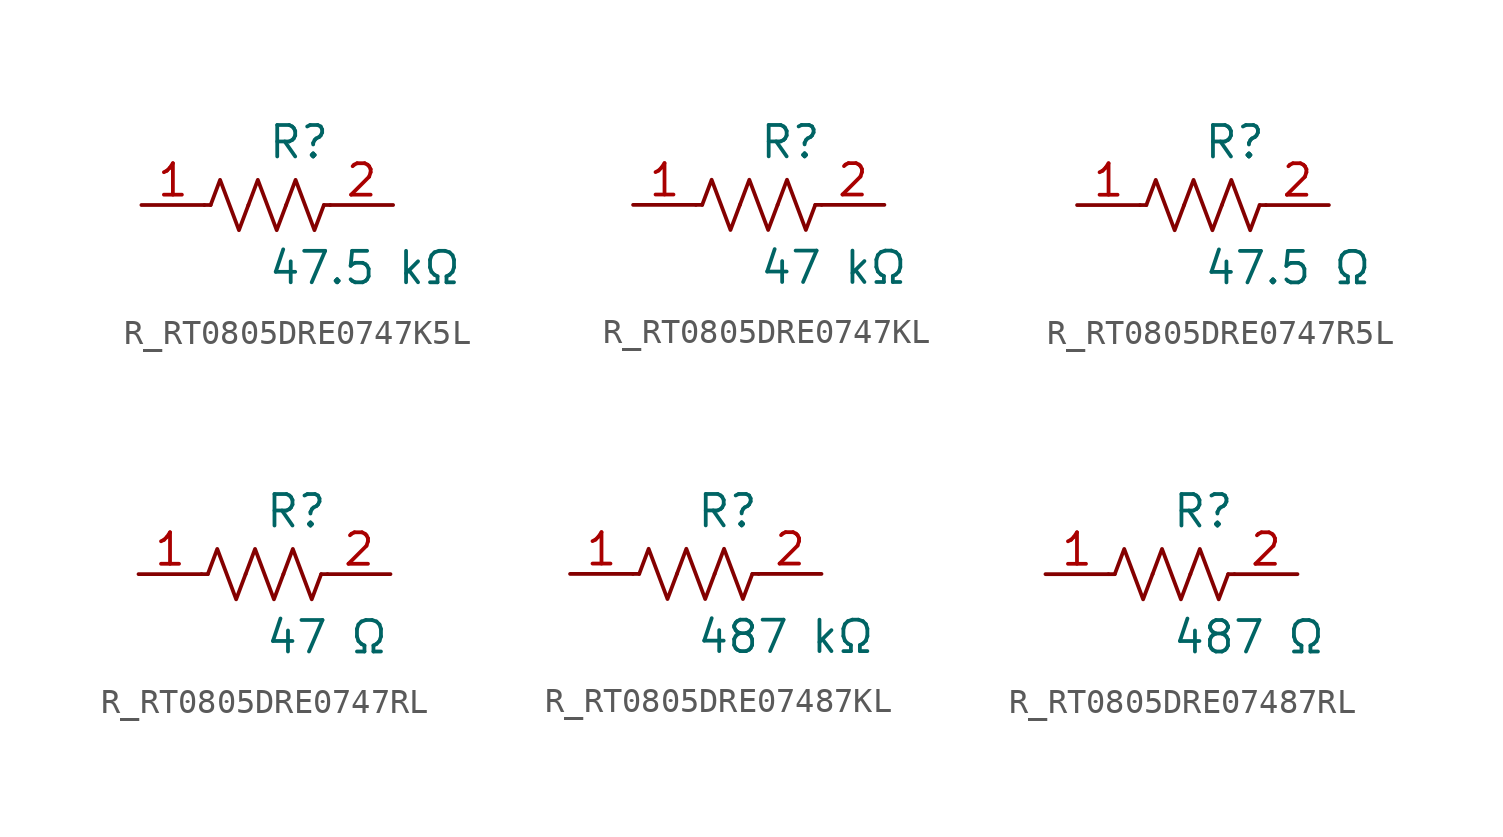
<source format=kicad_sym>
(kicad_symbol_lib
  (version 20231120)
  (generator kicad_symbol_editor)
  (generator_version 8.0)
  (symbol "R_RT0805DRE0747K5L"
    (pin_names
      (offset 0.254))
    (property "Reference" "R"
      (at 0 2.54 0)
      (effects (font (size 1.27 1.27)) (justify left)))
    (property "Value" "47.5 kΩ"
      (at 0 -2.54 0)
      (effects (font (size 1.27 1.27)) (justify left)))
    (symbol "R_RT0805DRE0747K5L_0_1"
      (polyline (pts (xy 2.286 0) (xy 2.54 0)) (stroke (width 0) (type default)) (fill (type none)))
      (polyline (pts (xy -2.286 0) (xy -2.54 0)) (stroke (width 0) (type default)) (fill (type none)))
      (polyline (pts (xy 0.762 0) (xy 1.143 1.016) (xy 1.524 0) (xy 1.905 -1.016) (xy 2.286 0)) (stroke (width 0) (type default)) (fill (type none)))
      (polyline (pts (xy -0.762 0) (xy -0.381 1.016) (xy 0 0) (xy 0.381 -1.016) (xy 0.762 0)) (stroke (width 0) (type default)) (fill (type none)))
      (polyline (pts (xy -2.286 0) (xy -1.905 1.016) (xy -1.524 0) (xy -1.143 -1.016) (xy -0.762 0)) (stroke (width 0) (type default)) (fill (type none))))
    (pin passive line
      (at -5.08 0 0)
      (length 2.54)
      (name "" (effects (font (size 1.27 1.27))))
      (number "1" (effects (font (size 1.27 1.27)))))
    (pin passive line
      (at 5.08 0 180)
      (length 2.54)
      (name "" (effects (font (size 1.27 1.27))))
      (number "2" (effects (font (size 1.27 1.27))))))
  (symbol "R_RT0805DRE0747KL"
    (pin_names
      (offset 0.254))
    (property "Reference" "R"
      (at 0 2.54 0)
      (effects (font (size 1.27 1.27)) (justify left)))
    (property "Value" "47 kΩ"
      (at 0 -2.54 0)
      (effects (font (size 1.27 1.27)) (justify left)))
    (symbol "R_RT0805DRE0747KL_0_1"
      (polyline (pts (xy 2.286 0) (xy 2.54 0)) (stroke (width 0) (type default)) (fill (type none)))
      (polyline (pts (xy -2.286 0) (xy -2.54 0)) (stroke (width 0) (type default)) (fill (type none)))
      (polyline (pts (xy 0.762 0) (xy 1.143 1.016) (xy 1.524 0) (xy 1.905 -1.016) (xy 2.286 0)) (stroke (width 0) (type default)) (fill (type none)))
      (polyline (pts (xy -0.762 0) (xy -0.381 1.016) (xy 0 0) (xy 0.381 -1.016) (xy 0.762 0)) (stroke (width 0) (type default)) (fill (type none)))
      (polyline (pts (xy -2.286 0) (xy -1.905 1.016) (xy -1.524 0) (xy -1.143 -1.016) (xy -0.762 0)) (stroke (width 0) (type default)) (fill (type none))))
    (pin passive line
      (at -5.08 0 0)
      (length 2.54)
      (name "" (effects (font (size 1.27 1.27))))
      (number "1" (effects (font (size 1.27 1.27)))))
    (pin passive line
      (at 5.08 0 180)
      (length 2.54)
      (name "" (effects (font (size 1.27 1.27))))
      (number "2" (effects (font (size 1.27 1.27))))))
  (symbol "R_RT0805DRE0747R5L"
    (pin_names
      (offset 0.254))
    (property "Reference" "R"
      (at 0 2.54 0)
      (effects (font (size 1.27 1.27)) (justify left)))
    (property "Value" "47.5 Ω"
      (at 0 -2.54 0)
      (effects (font (size 1.27 1.27)) (justify left)))
    (symbol "R_RT0805DRE0747R5L_0_1"
      (polyline (pts (xy 2.286 0) (xy 2.54 0)) (stroke (width 0) (type default)) (fill (type none)))
      (polyline (pts (xy -2.286 0) (xy -2.54 0)) (stroke (width 0) (type default)) (fill (type none)))
      (polyline (pts (xy 0.762 0) (xy 1.143 1.016) (xy 1.524 0) (xy 1.905 -1.016) (xy 2.286 0)) (stroke (width 0) (type default)) (fill (type none)))
      (polyline (pts (xy -0.762 0) (xy -0.381 1.016) (xy 0 0) (xy 0.381 -1.016) (xy 0.762 0)) (stroke (width 0) (type default)) (fill (type none)))
      (polyline (pts (xy -2.286 0) (xy -1.905 1.016) (xy -1.524 0) (xy -1.143 -1.016) (xy -0.762 0)) (stroke (width 0) (type default)) (fill (type none))))
    (pin passive line
      (at -5.08 0 0)
      (length 2.54)
      (name "" (effects (font (size 1.27 1.27))))
      (number "1" (effects (font (size 1.27 1.27)))))
    (pin passive line
      (at 5.08 0 180)
      (length 2.54)
      (name "" (effects (font (size 1.27 1.27))))
      (number "2" (effects (font (size 1.27 1.27))))))
  (symbol "R_RT0805DRE0747RL"
    (pin_names
      (offset 0.254))
    (property "Reference" "R"
      (at 0 2.54 0)
      (effects (font (size 1.27 1.27)) (justify left)))
    (property "Value" "47 Ω"
      (at 0 -2.54 0)
      (effects (font (size 1.27 1.27)) (justify left)))
    (symbol "R_RT0805DRE0747RL_0_1"
      (polyline (pts (xy 2.286 0) (xy 2.54 0)) (stroke (width 0) (type default)) (fill (type none)))
      (polyline (pts (xy -2.286 0) (xy -2.54 0)) (stroke (width 0) (type default)) (fill (type none)))
      (polyline (pts (xy 0.762 0) (xy 1.143 1.016) (xy 1.524 0) (xy 1.905 -1.016) (xy 2.286 0)) (stroke (width 0) (type default)) (fill (type none)))
      (polyline (pts (xy -0.762 0) (xy -0.381 1.016) (xy 0 0) (xy 0.381 -1.016) (xy 0.762 0)) (stroke (width 0) (type default)) (fill (type none)))
      (polyline (pts (xy -2.286 0) (xy -1.905 1.016) (xy -1.524 0) (xy -1.143 -1.016) (xy -0.762 0)) (stroke (width 0) (type default)) (fill (type none))))
    (pin passive line
      (at -5.08 0 0)
      (length 2.54)
      (name "" (effects (font (size 1.27 1.27))))
      (number "1" (effects (font (size 1.27 1.27)))))
    (pin passive line
      (at 5.08 0 180)
      (length 2.54)
      (name "" (effects (font (size 1.27 1.27))))
      (number "2" (effects (font (size 1.27 1.27))))))
  (symbol "R_RT0805DRE07487KL"
    (pin_names
      (offset 0.254))
    (property "Reference" "R"
      (at 0 2.54 0)
      (effects (font (size 1.27 1.27)) (justify left)))
    (property "Value" "487 kΩ"
      (at 0 -2.54 0)
      (effects (font (size 1.27 1.27)) (justify left)))
    (symbol "R_RT0805DRE07487KL_0_1"
      (polyline (pts (xy 2.286 0) (xy 2.54 0)) (stroke (width 0) (type default)) (fill (type none)))
      (polyline (pts (xy -2.286 0) (xy -2.54 0)) (stroke (width 0) (type default)) (fill (type none)))
      (polyline (pts (xy 0.762 0) (xy 1.143 1.016) (xy 1.524 0) (xy 1.905 -1.016) (xy 2.286 0)) (stroke (width 0) (type default)) (fill (type none)))
      (polyline (pts (xy -0.762 0) (xy -0.381 1.016) (xy 0 0) (xy 0.381 -1.016) (xy 0.762 0)) (stroke (width 0) (type default)) (fill (type none)))
      (polyline (pts (xy -2.286 0) (xy -1.905 1.016) (xy -1.524 0) (xy -1.143 -1.016) (xy -0.762 0)) (stroke (width 0) (type default)) (fill (type none))))
    (pin passive line
      (at -5.08 0 0)
      (length 2.54)
      (name "" (effects (font (size 1.27 1.27))))
      (number "1" (effects (font (size 1.27 1.27)))))
    (pin passive line
      (at 5.08 0 180)
      (length 2.54)
      (name "" (effects (font (size 1.27 1.27))))
      (number "2" (effects (font (size 1.27 1.27))))))
  (symbol "R_RT0805DRE07487RL"
    (pin_names
      (offset 0.254))
    (property "Reference" "R"
      (at 0 2.54 0)
      (effects (font (size 1.27 1.27)) (justify left)))
    (property "Value" "487 Ω"
      (at 0 -2.54 0)
      (effects (font (size 1.27 1.27)) (justify left)))
    (symbol "R_RT0805DRE07487RL_0_1"
      (polyline (pts (xy 2.286 0) (xy 2.54 0)) (stroke (width 0) (type default)) (fill (type none)))
      (polyline (pts (xy -2.286 0) (xy -2.54 0)) (stroke (width 0) (type default)) (fill (type none)))
      (polyline (pts (xy 0.762 0) (xy 1.143 1.016) (xy 1.524 0) (xy 1.905 -1.016) (xy 2.286 0)) (stroke (width 0) (type default)) (fill (type none)))
      (polyline (pts (xy -0.762 0) (xy -0.381 1.016) (xy 0 0) (xy 0.381 -1.016) (xy 0.762 0)) (stroke (width 0) (type default)) (fill (type none)))
      (polyline (pts (xy -2.286 0) (xy -1.905 1.016) (xy -1.524 0) (xy -1.143 -1.016) (xy -0.762 0)) (stroke (width 0) (type default)) (fill (type none))))
    (pin passive line
      (at -5.08 0 0)
      (length 2.54)
      (name "" (effects (font (size 1.27 1.27))))
      (number "1" (effects (font (size 1.27 1.27)))))
    (pin passive line
      (at 5.08 0 180)
      (length 2.54)
      (name "" (effects (font (size 1.27 1.27))))
      (number "2" (effects (font (size 1.27 1.27)))))))
</source>
